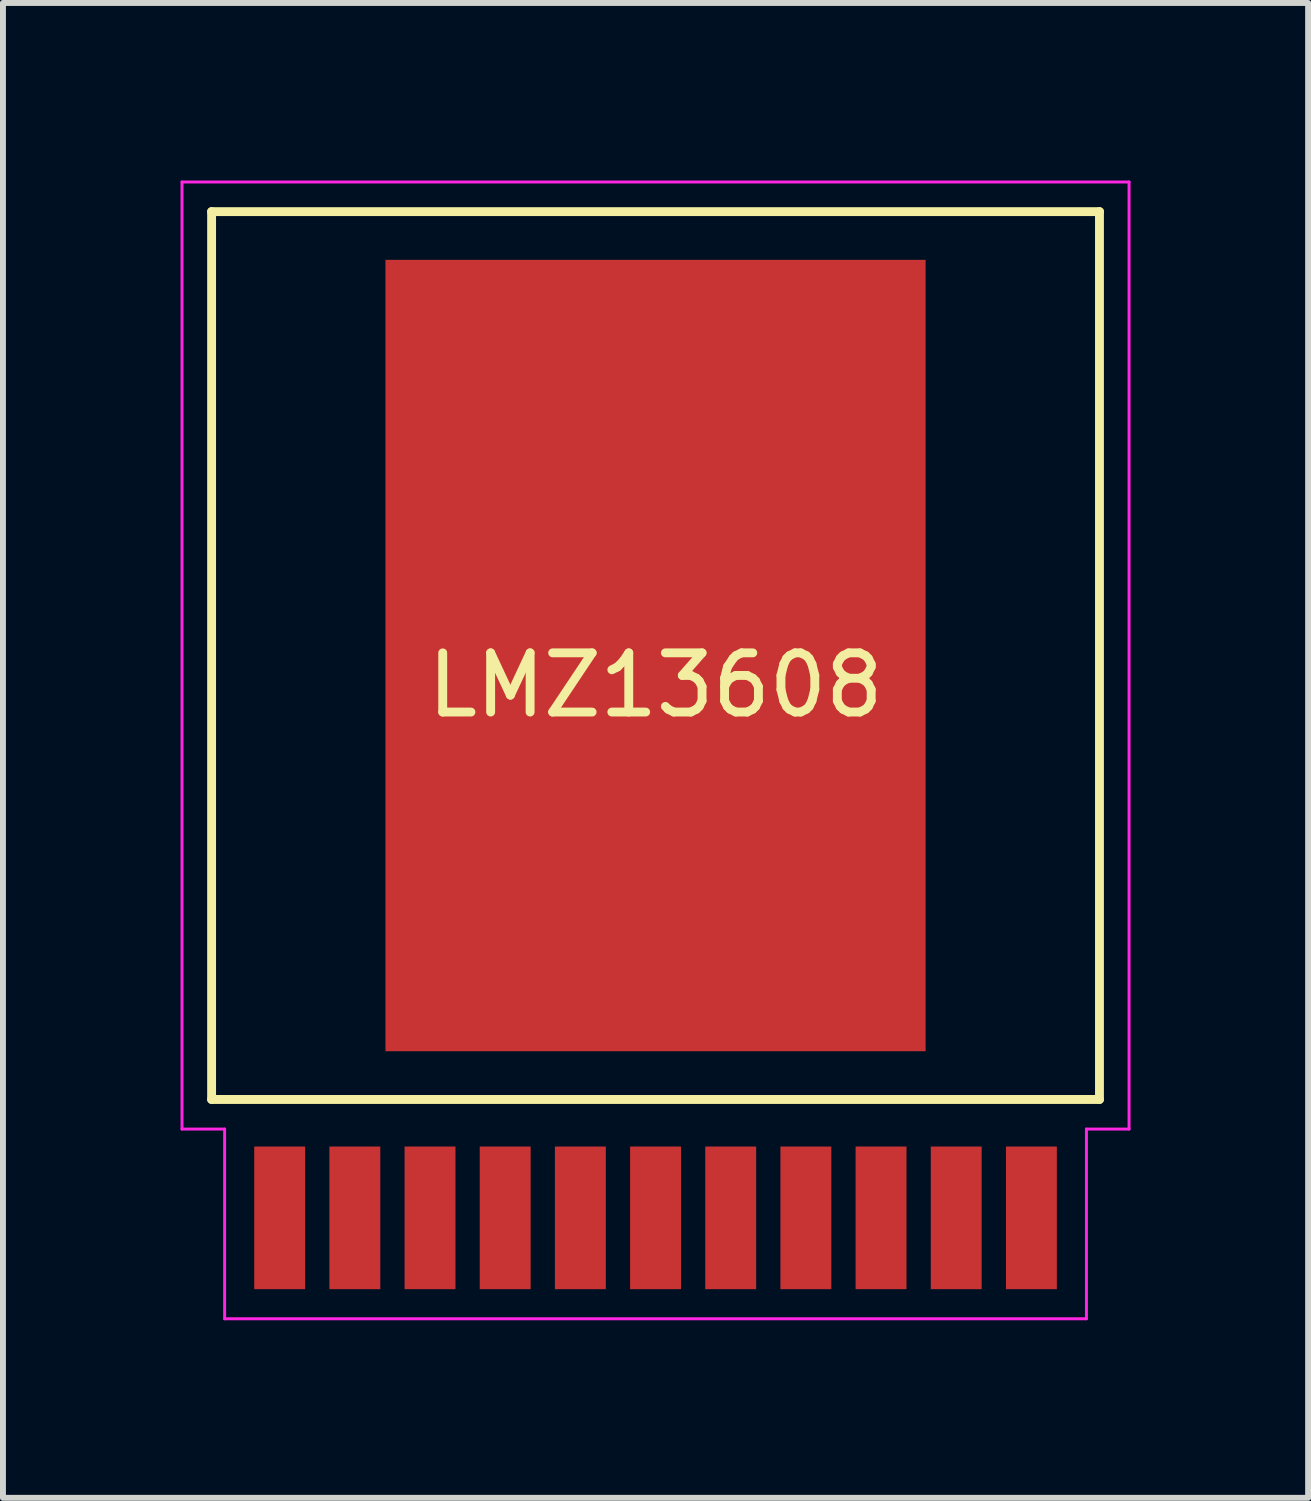
<source format=kicad_pcb>
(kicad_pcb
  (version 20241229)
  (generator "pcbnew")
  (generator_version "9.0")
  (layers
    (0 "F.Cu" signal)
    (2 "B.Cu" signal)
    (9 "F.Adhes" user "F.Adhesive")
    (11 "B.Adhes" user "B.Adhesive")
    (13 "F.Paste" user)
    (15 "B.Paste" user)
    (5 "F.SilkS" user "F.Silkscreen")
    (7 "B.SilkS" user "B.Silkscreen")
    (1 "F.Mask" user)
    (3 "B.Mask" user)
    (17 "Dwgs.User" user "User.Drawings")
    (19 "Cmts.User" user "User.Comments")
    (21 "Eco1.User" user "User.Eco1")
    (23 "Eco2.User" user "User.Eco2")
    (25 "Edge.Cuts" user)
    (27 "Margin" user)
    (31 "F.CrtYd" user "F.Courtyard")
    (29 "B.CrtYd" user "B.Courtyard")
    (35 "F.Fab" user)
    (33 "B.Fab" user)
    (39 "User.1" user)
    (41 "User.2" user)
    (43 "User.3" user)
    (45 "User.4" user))
  (footprint "LMZ13608"
    (layer "F.Cu")
    (at 8.025 8.025)
    (property "Reference" "LMZ13608" (at 0 0.5 0) (layer "F.SilkS") (effects (font (size 1 1) (thickness 0.15))))
    (attr through_hole)
    (fp_line (start -7.5 -7.5) (end 7.5 -7.5) (stroke (width 0.15) (type solid)) (layer "F.SilkS"))
    (fp_line (start -7.5 7.5) (end -7.5 -7.5) (stroke (width 0.15) (type solid)) (layer "F.SilkS"))
    (fp_line (start 7.5 -7.5) (end 7.5 7.5) (stroke (width 0.15) (type solid)) (layer "F.SilkS"))
    (fp_line (start 7.5 7.5) (end -7.5 7.5) (stroke (width 0.15) (type solid)) (layer "F.SilkS"))
    (fp_line (start -8 -8) (end 8 -8) (stroke (width 0.05) (type solid)) (layer "F.CrtYd"))
    (fp_line (start -8 8) (end -8 -8) (stroke (width 0.05) (type solid)) (layer "F.CrtYd"))
    (fp_line (start -7.28 8) (end -8 8) (stroke (width 0.05) (type solid)) (layer "F.CrtYd"))
    (fp_line (start -7.28 11.205) (end -7.28 8) (stroke (width 0.05) (type solid)) (layer "F.CrtYd"))
    (fp_line (start 7.28 8) (end 7.28 11.205) (stroke (width 0.05) (type solid)) (layer "F.CrtYd"))
    (fp_line (start 7.28 11.205) (end -7.28 11.205) (stroke (width 0.05) (type solid)) (layer "F.CrtYd"))
    (fp_line (start 8 -8) (end 8 8) (stroke (width 0.05) (type solid)) (layer "F.CrtYd"))
    (fp_line (start 8 8) (end 7.28 8) (stroke (width 0.05) (type solid)) (layer "F.CrtYd"))
    (pad "1" smd rect (at -6.35 9.5) (size 0.86 2.41) (layers "F.Cu" "F.Mask" "F.Paste"))
    (pad "2" smd rect (at -5.08 9.5) (size 0.86 2.41) (layers "F.Cu" "F.Mask" "F.Paste"))
    (pad "3" smd rect (at -3.81 9.5) (size 0.86 2.41) (layers "F.Cu" "F.Mask" "F.Paste"))
    (pad "4" smd rect (at -2.54 9.5) (size 0.86 2.41) (layers "F.Cu" "F.Mask" "F.Paste"))
    (pad "5" smd rect (at -1.27 9.5) (size 0.86 2.41) (layers "F.Cu" "F.Mask" "F.Paste"))
    (pad "6" smd rect (at 0 9.5) (size 0.86 2.41) (layers "F.Cu" "F.Mask" "F.Paste"))
    (pad "7" smd rect (at 1.27 9.5) (size 0.86 2.41) (layers "F.Cu" "F.Mask" "F.Paste"))
    (pad "8" smd rect (at 2.54 9.5) (size 0.86 2.41) (layers "F.Cu" "F.Mask" "F.Paste"))
    (pad "9" smd rect (at 3.81 9.5) (size 0.86 2.41) (layers "F.Cu" "F.Mask" "F.Paste"))
    (pad "10" smd rect (at 5.08 9.5) (size 0.86 2.41) (layers "F.Cu" "F.Mask" "F.Paste"))
    (pad "11" smd rect (at 6.35 9.5) (size 0.86 2.41) (layers "F.Cu" "F.Mask" "F.Paste"))
    (pad "PAD" smd rect (at 0 0) (size 9.126 13.37) (layers "F.Cu" "F.Mask" "F.Paste")))
  (gr_rect
    (start -3 -3)
    (end 19.05 22.255)
    (stroke (width 0.1) (type default))
    (fill no)
    (layer "Edge.Cuts")))
</source>
